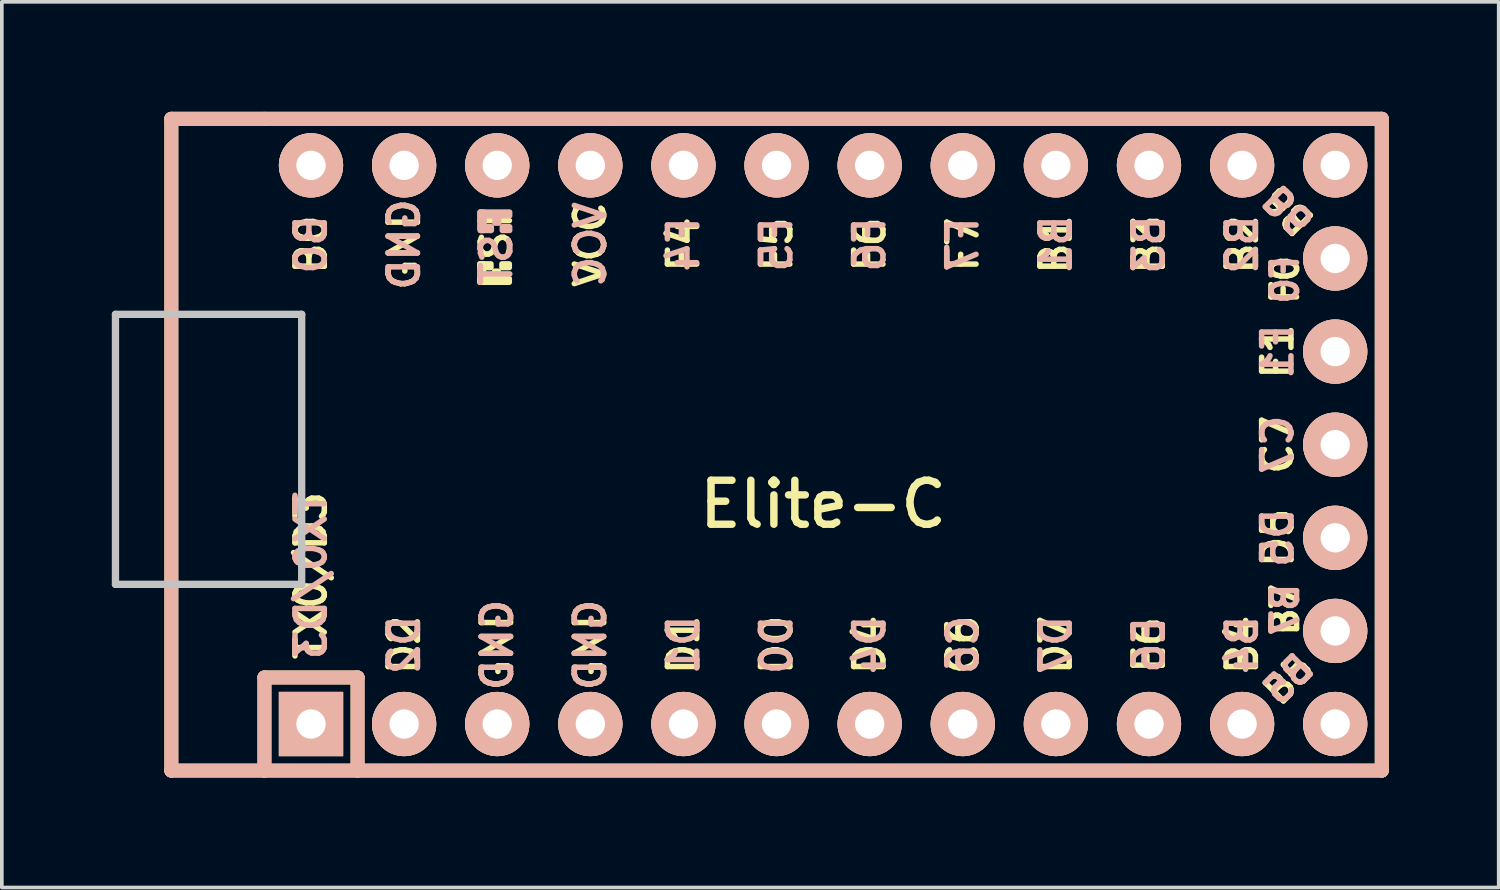
<source format=kicad_pcb>
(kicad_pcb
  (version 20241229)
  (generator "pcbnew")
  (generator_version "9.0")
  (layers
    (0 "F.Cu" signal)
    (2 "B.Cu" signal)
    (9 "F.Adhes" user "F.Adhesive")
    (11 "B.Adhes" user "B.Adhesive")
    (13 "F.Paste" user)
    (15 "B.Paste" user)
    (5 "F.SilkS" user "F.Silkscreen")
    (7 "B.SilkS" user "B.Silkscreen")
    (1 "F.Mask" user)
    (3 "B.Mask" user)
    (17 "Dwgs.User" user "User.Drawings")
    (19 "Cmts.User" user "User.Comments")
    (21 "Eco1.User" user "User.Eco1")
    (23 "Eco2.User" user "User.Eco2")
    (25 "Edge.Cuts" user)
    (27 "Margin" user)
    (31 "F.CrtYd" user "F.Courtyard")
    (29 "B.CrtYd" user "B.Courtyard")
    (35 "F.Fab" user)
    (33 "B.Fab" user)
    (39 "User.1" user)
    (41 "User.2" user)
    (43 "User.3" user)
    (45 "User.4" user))
  (footprint "Elite-C"
    (layer "F.Cu")
    (at 19.404 9.081)
    (property "Reference" "Elite-C" (at 0 1.625 180) (layer "F.SilkS") (effects (font (size 1.2 1.2) (thickness 0.203))))
    (attr through_hole)
    (fp_line (start -17.78 -8.89) (end -17.78 8.89) (stroke (width 0.381) (type solid)) (layer "F.SilkS"))
    (fp_line (start -17.78 8.89) (end -15.24 8.89) (stroke (width 0.381) (type solid)) (layer "F.SilkS"))
    (fp_line (start -15.24 -8.89) (end -17.78 -8.89) (stroke (width 0.381) (type solid)) (layer "F.SilkS"))
    (fp_line (start -15.24 6.35) (end -15.24 8.89) (stroke (width 0.381) (type solid)) (layer "F.SilkS"))
    (fp_line (start -15.24 6.35) (end -12.7 6.35) (stroke (width 0.381) (type solid)) (layer "F.SilkS"))
    (fp_line (start -15.24 8.89) (end 15.24 8.89) (stroke (width 0.381) (type solid)) (layer "F.SilkS"))
    (fp_line (start -12.7 6.35) (end -12.7 8.89) (stroke (width 0.381) (type solid)) (layer "F.SilkS"))
    (fp_line (start 15.24 -8.89) (end -15.24 -8.89) (stroke (width 0.381) (type solid)) (layer "F.SilkS"))
    (fp_line (start 15.24 8.89) (end 15.24 -8.89) (stroke (width 0.381) (type solid)) (layer "F.SilkS"))
    (fp_poly (pts (xy -9.361 -4.932) (xy -9.261 -4.932) (xy -9.261 -4.432) (xy -9.361 -4.432)) (stroke (width 0.15) (type solid)) (fill yes) (layer "F.SilkS"))
    (fp_poly (pts (xy -9.361 -4.932) (xy -9.061 -4.932) (xy -9.061 -4.832) (xy -9.361 -4.832)) (stroke (width 0.15) (type solid)) (fill yes) (layer "F.SilkS"))
    (fp_poly (pts (xy -9.361 -4.532) (xy -8.561 -4.532) (xy -8.561 -4.432) (xy -9.361 -4.432)) (stroke (width 0.15) (type solid)) (fill yes) (layer "F.SilkS"))
    (fp_poly (pts (xy -8.961 -4.732) (xy -8.861 -4.732) (xy -8.861 -4.632) (xy -8.961 -4.632)) (stroke (width 0.15) (type solid)) (fill yes) (layer "F.SilkS"))
    (fp_poly (pts (xy -8.761 -4.932) (xy -8.561 -4.932) (xy -8.561 -4.832) (xy -8.761 -4.832)) (stroke (width 0.15) (type solid)) (fill yes) (layer "F.SilkS"))
    (fp_line (start -17.78 -8.89) (end -17.78 8.89) (stroke (width 0.381) (type solid)) (layer "B.SilkS"))
    (fp_line (start -17.78 8.89) (end 15.24 8.89) (stroke (width 0.381) (type solid)) (layer "B.SilkS"))
    (fp_line (start -15.24 6.35) (end -15.24 8.89) (stroke (width 0.381) (type solid)) (layer "B.SilkS"))
    (fp_line (start -15.24 6.35) (end -12.7 6.35) (stroke (width 0.381) (type solid)) (layer "B.SilkS"))
    (fp_line (start -12.7 6.35) (end -12.7 8.89) (stroke (width 0.381) (type solid)) (layer "B.SilkS"))
    (fp_line (start 15.24 -8.89) (end -17.78 -8.89) (stroke (width 0.381) (type solid)) (layer "B.SilkS"))
    (fp_line (start 15.24 8.89) (end 15.24 -8.89) (stroke (width 0.381) (type solid)) (layer "B.SilkS"))
    (fp_poly (pts (xy -9.351 -6.245) (xy -8.551 -6.245) (xy -8.551 -6.345) (xy -9.351 -6.345)) (stroke (width 0.15) (type solid)) (fill yes) (layer "B.SilkS"))
    (fp_poly (pts (xy -9.351 -5.845) (xy -9.251 -5.845) (xy -9.251 -6.345) (xy -9.351 -6.345)) (stroke (width 0.15) (type solid)) (fill yes) (layer "B.SilkS"))
    (fp_poly (pts (xy -9.351 -5.845) (xy -9.051 -5.845) (xy -9.051 -5.945) (xy -9.351 -5.945)) (stroke (width 0.15) (type solid)) (fill yes) (layer "B.SilkS"))
    (fp_poly (pts (xy -8.951 -6.045) (xy -8.851 -6.045) (xy -8.851 -6.145) (xy -8.951 -6.145)) (stroke (width 0.15) (type solid)) (fill yes) (layer "B.SilkS"))
    (fp_poly (pts (xy -8.751 -5.845) (xy -8.551 -5.845) (xy -8.551 -5.945) (xy -8.751 -5.945)) (stroke (width 0.15) (type solid)) (fill yes) (layer "B.SilkS"))
    (fp_line (start -19.304 -3.556) (end -14.224 -3.556) (stroke (width 0.2) (type solid)) (layer "Dwgs.User"))
    (fp_line (start -19.304 3.81) (end -19.304 -3.556) (stroke (width 0.2) (type solid)) (layer "Dwgs.User"))
    (fp_line (start -14.224 -3.556) (end -14.224 3.81) (stroke (width 0.2) (type solid)) (layer "Dwgs.User"))
    (fp_line (start -14.224 3.81) (end -19.304 3.81) (stroke (width 0.2) (type solid)) (layer "Dwgs.User"))
    (fp_text user "F1" (at 12.4 -2.54 90) (layer "F.SilkS") (effects (font (size 0.8 0.8) (thickness 0.15))))
    (fp_text user "B5" (at 12.7 6.4 45) (layer "F.SilkS") (effects (font (size 0.7 0.7) (thickness 0.15))))
    (fp_text user "D1" (at -3.81 5.461 90) (layer "F.SilkS") (effects (font (size 0.8 0.8) (thickness 0.15))))
    (fp_text user "VCC" (at -6.35 -5.461 90) (layer "F.SilkS") (effects (font (size 0.8 0.8) (thickness 0.15))))
    (fp_text user "TX0/D3" (at -13.97 3.572 90) (layer "F.SilkS") (effects (font (size 0.8 0.8) (thickness 0.15))))
    (fp_text user "F7" (at 3.81 -5.461 90) (layer "F.SilkS") (effects (font (size 0.8 0.8) (thickness 0.15))))
    (fp_text user "D0" (at -1.27 5.461 90) (layer "F.SilkS") (effects (font (size 0.8 0.8) (thickness 0.15))))
    (fp_text user "C6" (at 3.81 5.461 90) (layer "F.SilkS") (effects (font (size 0.8 0.8) (thickness 0.15))))
    (fp_text user "D4" (at 1.27 5.461 90) (layer "F.SilkS") (effects (font (size 0.8 0.8) (thickness 0.15))))
    (fp_text user "B7" (at 12.6 4.5 90) (layer "F.SilkS") (effects (font (size 0.7 0.7) (thickness 0.15))))
    (fp_text user "B0" (at -13.97 -5.461 90) (layer "F.SilkS") (effects (font (size 0.8 0.8) (thickness 0.15))))
    (fp_text user "D7" (at 6.35 5.461 90) (layer "F.SilkS") (effects (font (size 0.8 0.8) (thickness 0.15))))
    (fp_text user "B1" (at 6.35 -5.461 90) (layer "F.SilkS") (effects (font (size 0.8 0.8) (thickness 0.15))))
    (fp_text user "B2" (at 11.43 -5.461 90) (layer "F.SilkS") (effects (font (size 0.8 0.8) (thickness 0.15))))
    (fp_text user "B4" (at 11.43 5.461 90) (layer "F.SilkS") (effects (font (size 0.8 0.8) (thickness 0.15))))
    (fp_text user "B3" (at 8.89 -5.461 90) (layer "F.SilkS") (effects (font (size 0.8 0.8) (thickness 0.15))))
    (fp_text user "B6" (at 12.7 -6.4 135) (unlocked yes) (layer "F.SilkS") (effects (font (size 0.7 0.7) (thickness 0.15))))
    (fp_text user "GND" (at -11.43 -5.461 90) (layer "F.SilkS") (effects (font (size 0.8 0.8) (thickness 0.15))))
    (fp_text user "D5" (at 12.4 2.54 90) (layer "F.SilkS") (effects (font (size 0.8 0.8) (thickness 0.15))))
    (fp_text user "C7" (at 12.4 0 90) (layer "F.SilkS") (effects (font (size 0.8 0.8) (thickness 0.15))))
    (fp_text user "F0" (at 12.6 -4.5 90) (layer "F.SilkS") (effects (font (size 0.7 0.7) (thickness 0.15))))
    (fp_text user "GND" (at -8.89 5.461 90) (layer "F.SilkS") (effects (font (size 0.8 0.8) (thickness 0.15))))
    (fp_text user "F5" (at -1.27 -5.461 90) (layer "F.SilkS") (effects (font (size 0.8 0.8) (thickness 0.15))))
    (fp_text user "E6" (at 8.89 5.461 90) (layer "F.SilkS") (effects (font (size 0.8 0.8) (thickness 0.15))))
    (fp_text user "D2" (at -11.43 5.461 90) (layer "F.SilkS") (effects (font (size 0.8 0.8) (thickness 0.15))))
    (fp_text user "F4" (at -3.81 -5.461 90) (layer "F.SilkS") (effects (font (size 0.8 0.8) (thickness 0.15))))
    (fp_text user "GND" (at -6.35 5.461 90) (layer "F.SilkS") (effects (font (size 0.8 0.8) (thickness 0.15))))
    (fp_text user "F6" (at 1.27 -5.461 90) (layer "F.SilkS") (effects (font (size 0.8 0.8) (thickness 0.15))))
    (fp_text user "ST" (at -8.92 -5.733 90) (layer "F.SilkS") (effects (font (size 0.8 0.8) (thickness 0.15))))
    (fp_text user "GND" (at -11.43 -5.461 90) (layer "B.SilkS") (effects (font (size 0.8 0.8) (thickness 0.15)) (justify mirror)))
    (fp_text user "D1" (at -3.81 5.461 90) (layer "B.SilkS") (effects (font (size 0.8 0.8) (thickness 0.15)) (justify mirror)))
    (fp_text user "B3" (at 8.89 -5.461 90) (layer "B.SilkS") (effects (font (size 0.8 0.8) (thickness 0.15)) (justify mirror)))
    (fp_text user "B0" (at -13.97 -5.461 90) (layer "B.SilkS") (effects (font (size 0.8 0.8) (thickness 0.15)) (justify mirror)))
    (fp_text user "ST" (at -8.91 -5.04 90) (layer "B.SilkS") (effects (font (size 0.8 0.8) (thickness 0.15)) (justify mirror)))
    (fp_text user "B6" (at 12.7 -6.4 135) (unlocked yes) (layer "B.SilkS") (effects (font (size 0.7 0.7) (thickness 0.15)) (justify mirror)))
    (fp_text user "D2" (at -11.43 5.461 90) (layer "B.SilkS") (effects (font (size 0.8 0.8) (thickness 0.15)) (justify mirror)))
    (fp_text user "B7" (at 12.6 4.5 90) (layer "B.SilkS") (effects (font (size 0.7 0.7) (thickness 0.15)) (justify mirror)))
    (fp_text user "D4" (at 1.27 5.461 90) (layer "B.SilkS") (effects (font (size 0.8 0.8) (thickness 0.15)) (justify mirror)))
    (fp_text user "D0" (at -1.27 5.461 90) (layer "B.SilkS") (effects (font (size 0.8 0.8) (thickness 0.15)) (justify mirror)))
    (fp_text user "F6" (at 1.27 -5.461 90) (layer "B.SilkS") (effects (font (size 0.8 0.8) (thickness 0.15)) (justify mirror)))
    (fp_text user "B5" (at 12.7 6.4 45) (layer "B.SilkS") (effects (font (size 0.7 0.7) (thickness 0.15)) (justify mirror)))
    (fp_text user "GND" (at -6.35 5.461 90) (layer "B.SilkS") (effects (font (size 0.8 0.8) (thickness 0.15)) (justify mirror)))
    (fp_text user "F4" (at -3.81 -5.461 90) (layer "B.SilkS") (effects (font (size 0.8 0.8) (thickness 0.15)) (justify mirror)))
    (fp_text user "C6" (at 3.81 5.461 90) (layer "B.SilkS") (effects (font (size 0.8 0.8) (thickness 0.15)) (justify mirror)))
    (fp_text user "VCC" (at -6.35 -5.461 90) (layer "B.SilkS") (effects (font (size 0.8 0.8) (thickness 0.15)) (justify mirror)))
    (fp_text user "D5" (at 12.4 2.54 90) (layer "B.SilkS") (effects (font (size 0.8 0.8) (thickness 0.15)) (justify mirror)))
    (fp_text user "F0" (at 12.6 -4.5 90) (layer "B.SilkS") (effects (font (size 0.7 0.7) (thickness 0.15)) (justify mirror)))
    (fp_text user "E6" (at 8.89 5.461 90) (layer "B.SilkS") (effects (font (size 0.8 0.8) (thickness 0.15)) (justify mirror)))
    (fp_text user "C7" (at 12.4 0 90) (layer "B.SilkS") (effects (font (size 0.8 0.8) (thickness 0.15)) (justify mirror)))
    (fp_text user "GND" (at -8.89 5.461 90) (layer "B.SilkS") (effects (font (size 0.8 0.8) (thickness 0.15)) (justify mirror)))
    (fp_text user "F1" (at 12.4 -2.54 90) (layer "B.SilkS") (effects (font (size 0.8 0.8) (thickness 0.15)) (justify mirror)))
    (fp_text user "F5" (at -1.27 -5.461 90) (layer "B.SilkS") (effects (font (size 0.8 0.8) (thickness 0.15)) (justify mirror)))
    (fp_text user "D7" (at 6.35 5.461 90) (layer "B.SilkS") (effects (font (size 0.8 0.8) (thickness 0.15)) (justify mirror)))
    (fp_text user "B4" (at 11.43 5.461 90) (layer "B.SilkS") (effects (font (size 0.8 0.8) (thickness 0.15)) (justify mirror)))
    (fp_text user "TX0/D3" (at -13.97 3.572 90) (layer "B.SilkS") (effects (font (size 0.8 0.8) (thickness 0.15)) (justify mirror)))
    (fp_text user "F7" (at 3.81 -5.461 90) (layer "B.SilkS") (effects (font (size 0.8 0.8) (thickness 0.15)) (justify mirror)))
    (fp_text user "B2" (at 11.43 -5.461 90) (layer "B.SilkS") (effects (font (size 0.8 0.8) (thickness 0.15)) (justify mirror)))
    (fp_text user "B1" (at 6.35 -5.461 90) (layer "B.SilkS") (effects (font (size 0.8 0.8) (thickness 0.15)) (justify mirror)))
    (pad "1" thru_hole rect (at -13.97 7.62) (size 1.753 1.753) (drill 0.8) (layers "*.Cu" "*.SilkS" "*.Mask"))
    (pad "2" thru_hole circle (at -11.43 7.62) (size 1.753 1.753) (drill 0.8) (layers "*.Cu" "*.SilkS" "*.Mask"))
    (pad "3" thru_hole circle (at -8.89 7.62) (size 1.753 1.753) (drill 0.8) (layers "*.Cu" "*.SilkS" "*.Mask"))
    (pad "4" thru_hole circle (at -6.35 7.62) (size 1.753 1.753) (drill 0.8) (layers "*.Cu" "*.SilkS" "*.Mask"))
    (pad "5" thru_hole circle (at -3.81 7.62) (size 1.753 1.753) (drill 0.8) (layers "*.Cu" "*.SilkS" "*.Mask"))
    (pad "6" thru_hole circle (at -1.27 7.62) (size 1.753 1.753) (drill 0.8) (layers "*.Cu" "*.SilkS" "*.Mask"))
    (pad "7" thru_hole circle (at 1.27 7.62) (size 1.753 1.753) (drill 0.8) (layers "*.Cu" "*.SilkS" "*.Mask"))
    (pad "8" thru_hole circle (at 3.81 7.62) (size 1.753 1.753) (drill 0.8) (layers "*.Cu" "*.SilkS" "*.Mask"))
    (pad "9" thru_hole circle (at 6.35 7.62) (size 1.753 1.753) (drill 0.8) (layers "*.Cu" "*.SilkS" "*.Mask"))
    (pad "10" thru_hole circle (at 8.89 7.62) (size 1.753 1.753) (drill 0.8) (layers "*.Cu" "*.SilkS" "*.Mask"))
    (pad "11" thru_hole circle (at 11.43 7.62) (size 1.753 1.753) (drill 0.8) (layers "*.Cu" "*.SilkS" "*.Mask"))
    (pad "12" thru_hole circle (at 13.97 7.62) (size 1.753 1.753) (drill 0.8) (layers "*.Cu" "*.SilkS" "*.Mask"))
    (pad "13" thru_hole circle (at 13.97 -7.62) (size 1.753 1.753) (drill 0.8) (layers "*.Cu" "*.SilkS" "*.Mask"))
    (pad "14" thru_hole circle (at 11.43 -7.62) (size 1.753 1.753) (drill 0.8) (layers "*.Cu" "*.SilkS" "*.Mask"))
    (pad "15" thru_hole circle (at 8.89 -7.62) (size 1.753 1.753) (drill 0.8) (layers "*.Cu" "*.SilkS" "*.Mask"))
    (pad "16" thru_hole circle (at 6.35 -7.62) (size 1.753 1.753) (drill 0.8) (layers "*.Cu" "*.SilkS" "*.Mask"))
    (pad "17" thru_hole circle (at 3.81 -7.62) (size 1.753 1.753) (drill 0.8) (layers "*.Cu" "*.SilkS" "*.Mask"))
    (pad "18" thru_hole circle (at 1.27 -7.62) (size 1.753 1.753) (drill 0.8) (layers "*.Cu" "*.SilkS" "*.Mask"))
    (pad "19" thru_hole circle (at -1.27 -7.62) (size 1.753 1.753) (drill 0.8) (layers "*.Cu" "*.SilkS" "*.Mask"))
    (pad "20" thru_hole circle (at -3.81 -7.62) (size 1.753 1.753) (drill 0.8) (layers "*.Cu" "*.SilkS" "*.Mask"))
    (pad "21" thru_hole circle (at -6.35 -7.62) (size 1.753 1.753) (drill 0.8) (layers "*.Cu" "*.SilkS" "*.Mask"))
    (pad "22" thru_hole circle (at -8.89 -7.62) (size 1.753 1.753) (drill 0.8) (layers "*.Cu" "*.SilkS" "*.Mask"))
    (pad "23" thru_hole circle (at -11.43 -7.62) (size 1.753 1.753) (drill 0.8) (layers "*.Cu" "*.SilkS" "*.Mask"))
    (pad "24" thru_hole circle (at -13.97 -7.62) (size 1.753 1.753) (drill 0.8) (layers "*.Cu" "*.SilkS" "*.Mask"))
    (pad "25" thru_hole circle (at 13.97 5.08) (size 1.753 1.753) (drill 0.8) (layers "*.Cu" "*.SilkS" "*.Mask"))
    (pad "26" thru_hole circle (at 13.97 2.54) (size 1.753 1.753) (drill 0.8) (layers "*.Cu" "*.SilkS" "*.Mask"))
    (pad "27" thru_hole circle (at 13.97 0) (size 1.753 1.753) (drill 0.8) (layers "*.Cu" "*.SilkS" "*.Mask"))
    (pad "28" thru_hole circle (at 13.97 -2.54) (size 1.753 1.753) (drill 0.8) (layers "*.Cu" "*.SilkS" "*.Mask"))
    (pad "29" thru_hole circle (at 13.97 -5.08) (size 1.753 1.753) (drill 0.8) (layers "*.Cu" "*.SilkS" "*.Mask")))
  (gr_rect
    (start -3 -3)
    (end 37.834 21.161)
    (stroke (width 0.1) (type default))
    (fill no)
    (layer "Edge.Cuts")))
</source>
